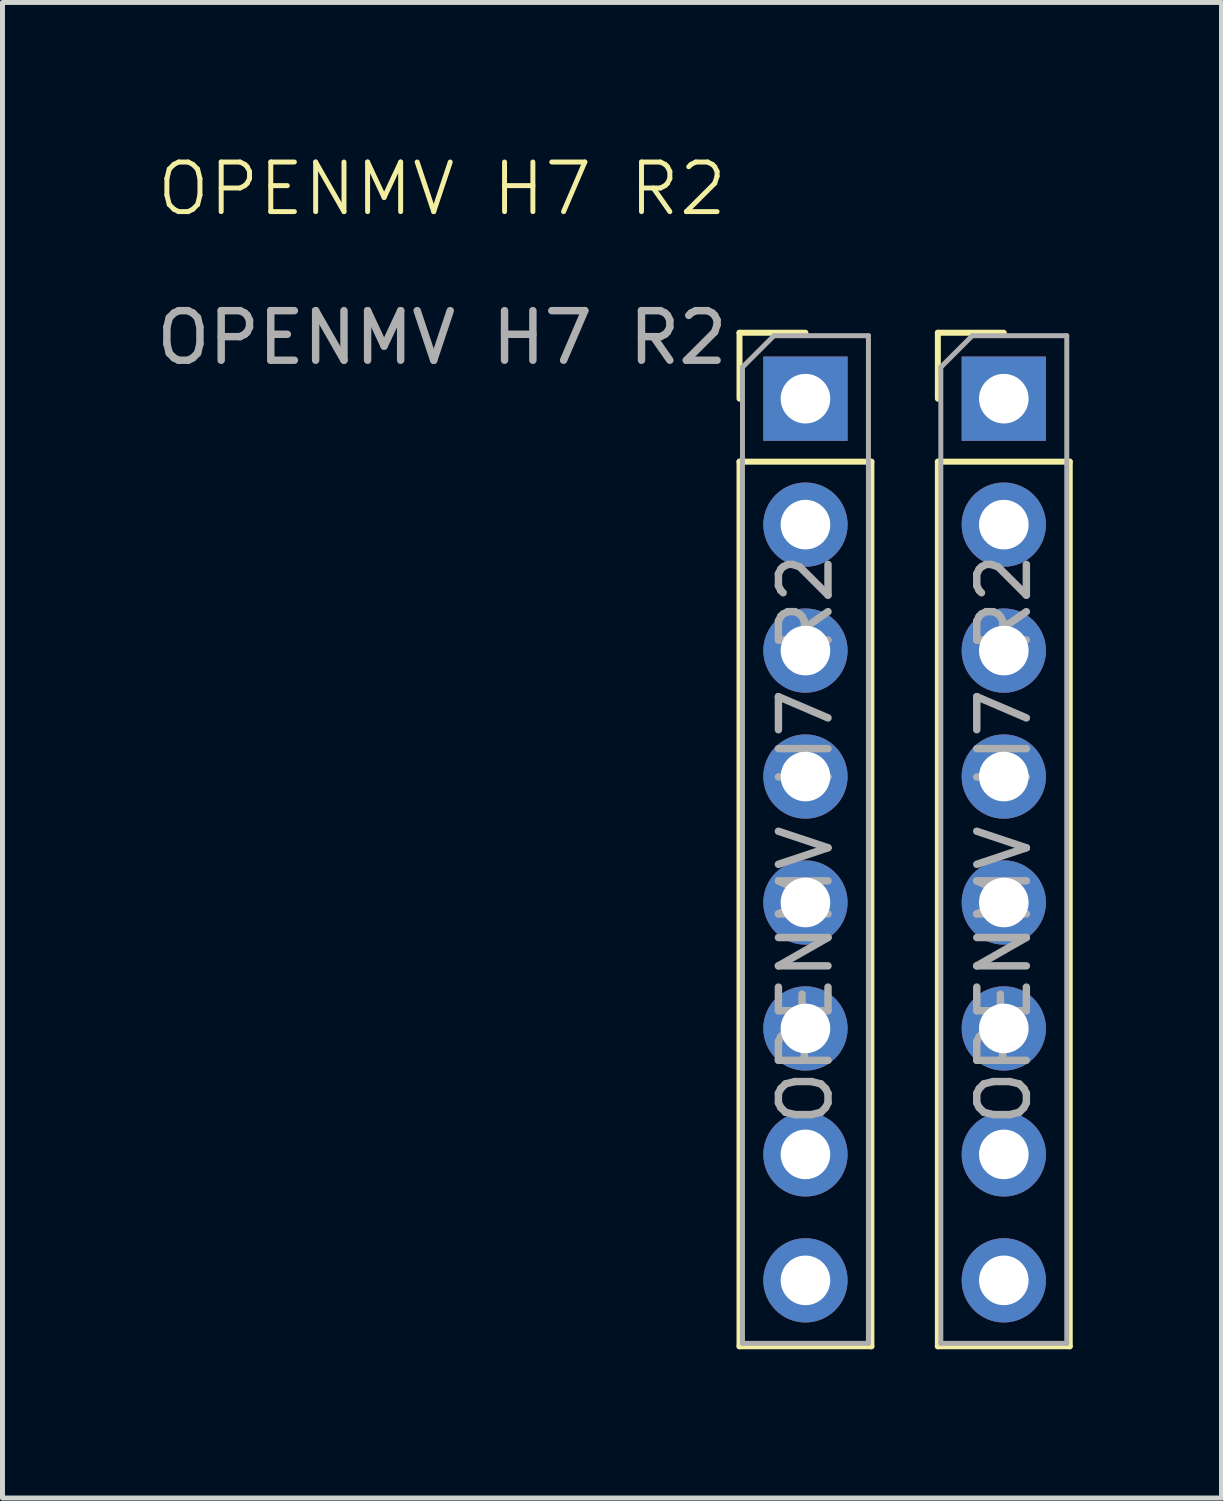
<source format=kicad_pcb>
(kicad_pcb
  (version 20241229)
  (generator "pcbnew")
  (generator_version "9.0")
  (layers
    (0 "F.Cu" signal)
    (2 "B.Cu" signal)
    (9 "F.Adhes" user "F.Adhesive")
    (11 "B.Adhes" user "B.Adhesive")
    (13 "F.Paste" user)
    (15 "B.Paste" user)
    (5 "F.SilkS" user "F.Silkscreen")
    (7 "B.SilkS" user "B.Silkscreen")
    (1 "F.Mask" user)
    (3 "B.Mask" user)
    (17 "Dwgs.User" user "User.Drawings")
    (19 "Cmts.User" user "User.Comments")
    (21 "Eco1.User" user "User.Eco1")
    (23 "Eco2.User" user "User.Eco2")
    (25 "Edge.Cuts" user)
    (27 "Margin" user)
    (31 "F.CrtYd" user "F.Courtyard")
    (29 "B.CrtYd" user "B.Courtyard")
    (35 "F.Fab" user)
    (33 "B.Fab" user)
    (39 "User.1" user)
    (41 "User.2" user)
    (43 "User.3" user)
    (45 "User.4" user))
  (footprint "OPENMV H7 R2"
    (layer "F.Cu")
    (at 5.863 1.26)
    (property "Reference" "OPENMV H7 R2" (at 0 -0.5 0) (unlocked yes) (layer "F.SilkS") (effects (font (size 1 1) (thickness 0.1))))
    (attr through_hole)
    (fp_line (start 6 2.4) (end 7.33 2.4) (stroke (width 0.12) (type solid)) (layer "F.SilkS"))
    (fp_line (start 6 3.73) (end 6 2.4) (stroke (width 0.12) (type solid)) (layer "F.SilkS"))
    (fp_line (start 6 5) (end 6 22.84) (stroke (width 0.12) (type solid)) (layer "F.SilkS"))
    (fp_line (start 6 5) (end 8.66 5) (stroke (width 0.12) (type solid)) (layer "F.SilkS"))
    (fp_line (start 6 22.84) (end 8.66 22.84) (stroke (width 0.12) (type solid)) (layer "F.SilkS"))
    (fp_line (start 8.66 5) (end 8.66 22.84) (stroke (width 0.12) (type solid)) (layer "F.SilkS"))
    (fp_line (start 10 2.4) (end 11.33 2.4) (stroke (width 0.12) (type solid)) (layer "F.SilkS"))
    (fp_line (start 10 3.73) (end 10 2.4) (stroke (width 0.12) (type solid)) (layer "F.SilkS"))
    (fp_line (start 10 5) (end 10 22.84) (stroke (width 0.12) (type solid)) (layer "F.SilkS"))
    (fp_line (start 10 5) (end 12.66 5) (stroke (width 0.12) (type solid)) (layer "F.SilkS"))
    (fp_line (start 10 22.84) (end 12.66 22.84) (stroke (width 0.12) (type solid)) (layer "F.SilkS"))
    (fp_line (start 12.66 5) (end 12.66 22.84) (stroke (width 0.12) (type solid)) (layer "F.SilkS"))
    (fp_line (start 6.06 3.095) (end 6.695 2.46) (stroke (width 0.1) (type solid)) (layer "F.Fab"))
    (fp_line (start 6.06 22.78) (end 6.06 3.095) (stroke (width 0.1) (type solid)) (layer "F.Fab"))
    (fp_line (start 6.695 2.46) (end 8.6 2.46) (stroke (width 0.1) (type solid)) (layer "F.Fab"))
    (fp_line (start 8.6 2.46) (end 8.6 22.78) (stroke (width 0.1) (type solid)) (layer "F.Fab"))
    (fp_line (start 8.6 22.78) (end 6.06 22.78) (stroke (width 0.1) (type solid)) (layer "F.Fab"))
    (fp_line (start 10.06 3.095) (end 10.695 2.46) (stroke (width 0.1) (type solid)) (layer "F.Fab"))
    (fp_line (start 10.06 22.78) (end 10.06 3.095) (stroke (width 0.1) (type solid)) (layer "F.Fab"))
    (fp_line (start 10.695 2.46) (end 12.6 2.46) (stroke (width 0.1) (type solid)) (layer "F.Fab"))
    (fp_line (start 12.6 2.46) (end 12.6 22.78) (stroke (width 0.1) (type solid)) (layer "F.Fab"))
    (fp_line (start 12.6 22.78) (end 10.06 22.78) (stroke (width 0.1) (type solid)) (layer "F.Fab"))
    (fp_text user "${REFERENCE}" (at 0 2.5 0) (unlocked yes) (layer "F.Fab") (effects (font (size 1 1) (thickness 0.15))))
    (fp_text user "${REFERENCE}" (at 11.33 12.62 90) (layer "F.Fab") (effects (font (size 1 1) (thickness 0.15))))
    (fp_text user "${REFERENCE}" (at 7.33 12.62 90) (layer "F.Fab") (effects (font (size 1 1) (thickness 0.15))))
    (pad "1" thru_hole rect (at 7.33 3.73) (size 1.7 1.7) (drill 1) (layers "*.Cu" "*.Mask"))
    (pad "1" thru_hole rect (at 11.33 3.73) (size 1.7 1.7) (drill 1) (layers "*.Cu" "*.Mask"))
    (pad "2" thru_hole oval (at 7.33 6.27) (size 1.7 1.7) (drill 1) (layers "*.Cu" "*.Mask"))
    (pad "2" thru_hole oval (at 11.33 6.27) (size 1.7 1.7) (drill 1) (layers "*.Cu" "*.Mask"))
    (pad "3" thru_hole oval (at 7.33 8.81) (size 1.7 1.7) (drill 1) (layers "*.Cu" "*.Mask"))
    (pad "3" thru_hole oval (at 11.33 8.81) (size 1.7 1.7) (drill 1) (layers "*.Cu" "*.Mask"))
    (pad "4" thru_hole oval (at 7.33 11.35) (size 1.7 1.7) (drill 1) (layers "*.Cu" "*.Mask"))
    (pad "4" thru_hole oval (at 11.33 11.35) (size 1.7 1.7) (drill 1) (layers "*.Cu" "*.Mask"))
    (pad "5" thru_hole oval (at 7.33 13.89) (size 1.7 1.7) (drill 1) (layers "*.Cu" "*.Mask"))
    (pad "5" thru_hole oval (at 11.33 13.89) (size 1.7 1.7) (drill 1) (layers "*.Cu" "*.Mask"))
    (pad "6" thru_hole oval (at 7.33 16.43) (size 1.7 1.7) (drill 1) (layers "*.Cu" "*.Mask"))
    (pad "6" thru_hole oval (at 11.33 16.43) (size 1.7 1.7) (drill 1) (layers "*.Cu" "*.Mask"))
    (pad "7" thru_hole oval (at 7.33 18.97) (size 1.7 1.7) (drill 1) (layers "*.Cu" "*.Mask"))
    (pad "7" thru_hole oval (at 11.33 18.97) (size 1.7 1.7) (drill 1) (layers "*.Cu" "*.Mask"))
    (pad "8" thru_hole oval (at 7.33 21.51) (size 1.7 1.7) (drill 1) (layers "*.Cu" "*.Mask"))
    (pad "8" thru_hole oval (at 11.33 21.51) (size 1.7 1.7) (drill 1) (layers "*.Cu" "*.Mask")))
  (gr_rect
    (start -3 -3)
    (end 21.583 27.16)
    (stroke (width 0.1) (type default))
    (fill no)
    (layer "Edge.Cuts")))
</source>
